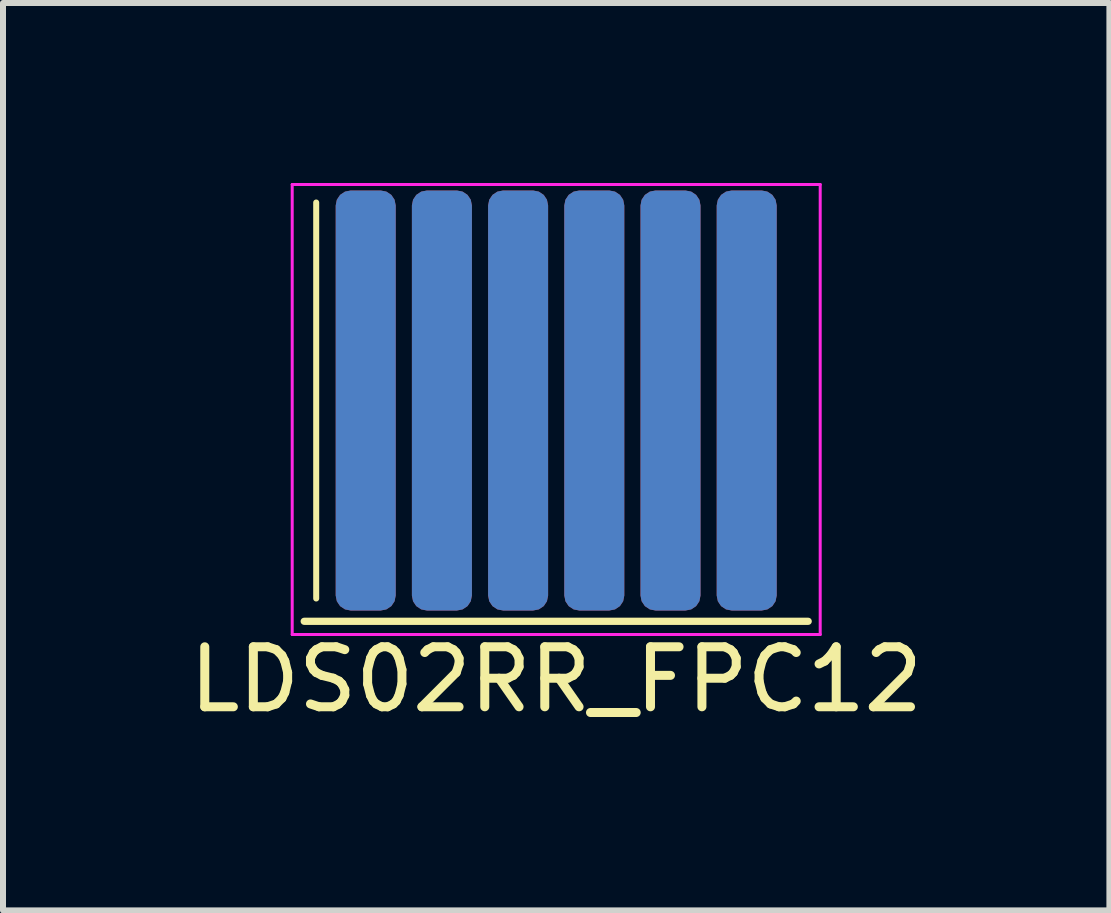
<source format=kicad_pcb>
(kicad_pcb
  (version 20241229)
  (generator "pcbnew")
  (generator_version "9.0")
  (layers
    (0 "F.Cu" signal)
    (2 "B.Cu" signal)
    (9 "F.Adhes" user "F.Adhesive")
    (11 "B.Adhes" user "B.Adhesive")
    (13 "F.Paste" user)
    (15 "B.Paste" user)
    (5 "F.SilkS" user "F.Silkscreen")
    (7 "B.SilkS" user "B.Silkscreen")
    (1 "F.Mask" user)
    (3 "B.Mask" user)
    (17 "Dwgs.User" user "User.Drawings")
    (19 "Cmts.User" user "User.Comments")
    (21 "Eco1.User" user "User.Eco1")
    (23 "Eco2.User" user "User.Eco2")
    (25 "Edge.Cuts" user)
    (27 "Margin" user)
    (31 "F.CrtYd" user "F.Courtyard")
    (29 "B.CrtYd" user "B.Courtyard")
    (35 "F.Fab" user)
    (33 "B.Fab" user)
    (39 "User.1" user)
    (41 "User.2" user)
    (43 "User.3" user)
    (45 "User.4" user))
  (footprint "LDS02RR_FPC12"
    (layer "F.Cu")
    (at 6.22 3.625)
    (property "Reference" "LDS02RR_FPC12" (at 0 4.65 0) (layer "F.SilkS") (effects (font (size 1 1) (thickness 0.15))))
    (attr smd)
    (fp_line (start -4.2 3.68) (end 4.2 3.68) (stroke (width 0.12) (type default)) (layer "F.SilkS"))
    (fp_line (start -4 -3.3) (end -4 3.3) (stroke (width 0.1) (type default)) (layer "F.SilkS"))
    (fp_line (start -4.4 -3.6) (end -4.4 3.9) (stroke (width 0.05) (type default)) (layer "F.CrtYd"))
    (fp_line (start -4.4 -3.6) (end 4.4 -3.6) (stroke (width 0.05) (type default)) (layer "F.CrtYd"))
    (fp_line (start -4.4 3.9) (end 4.4 3.9) (stroke (width 0.05) (type default)) (layer "F.CrtYd"))
    (fp_line (start 4.4 -3.6) (end 4.4 3.9) (stroke (width 0.05) (type default)) (layer "F.CrtYd"))
    (pad "1" smd roundrect (at -3.175 0) (size 1 7) (layers "F.Cu" "F.Mask") (roundrect_rratio 0.25))
    (pad "2" smd roundrect (at -3.175 0) (size 1 7) (layers "B.Cu" "B.Mask") (roundrect_rratio 0.25))
    (pad "3" smd roundrect (at -1.905 0) (size 1 7) (layers "F.Cu" "F.Mask") (roundrect_rratio 0.25))
    (pad "4" smd roundrect (at -1.905 0) (size 1 7) (layers "B.Cu" "B.Mask") (roundrect_rratio 0.25))
    (pad "5" smd roundrect (at -0.635 0) (size 1 7) (layers "F.Cu" "F.Mask") (roundrect_rratio 0.25))
    (pad "6" smd roundrect (at -0.635 0) (size 1 7) (layers "B.Cu" "B.Mask") (roundrect_rratio 0.25))
    (pad "7" smd roundrect (at 0.635 0) (size 1 7) (layers "F.Cu" "F.Mask") (roundrect_rratio 0.25))
    (pad "8" smd roundrect (at 0.635 0) (size 1 7) (layers "B.Cu" "B.Mask") (roundrect_rratio 0.25))
    (pad "9" smd roundrect (at 1.905 0) (size 1 7) (layers "F.Cu" "F.Mask") (roundrect_rratio 0.25))
    (pad "10" smd roundrect (at 1.905 0) (size 1 7) (layers "B.Cu" "B.Mask") (roundrect_rratio 0.25))
    (pad "11" smd roundrect (at 3.175 0) (size 1 7) (layers "F.Cu" "F.Mask") (roundrect_rratio 0.25))
    (pad "12" smd roundrect (at 3.175 0) (size 1 7) (layers "B.Cu" "B.Mask") (roundrect_rratio 0.25)))
  (gr_rect
    (start -3 -3)
    (end 15.44 12.123)
    (stroke (width 0.1) (type default))
    (fill no)
    (layer "Edge.Cuts")))
</source>
